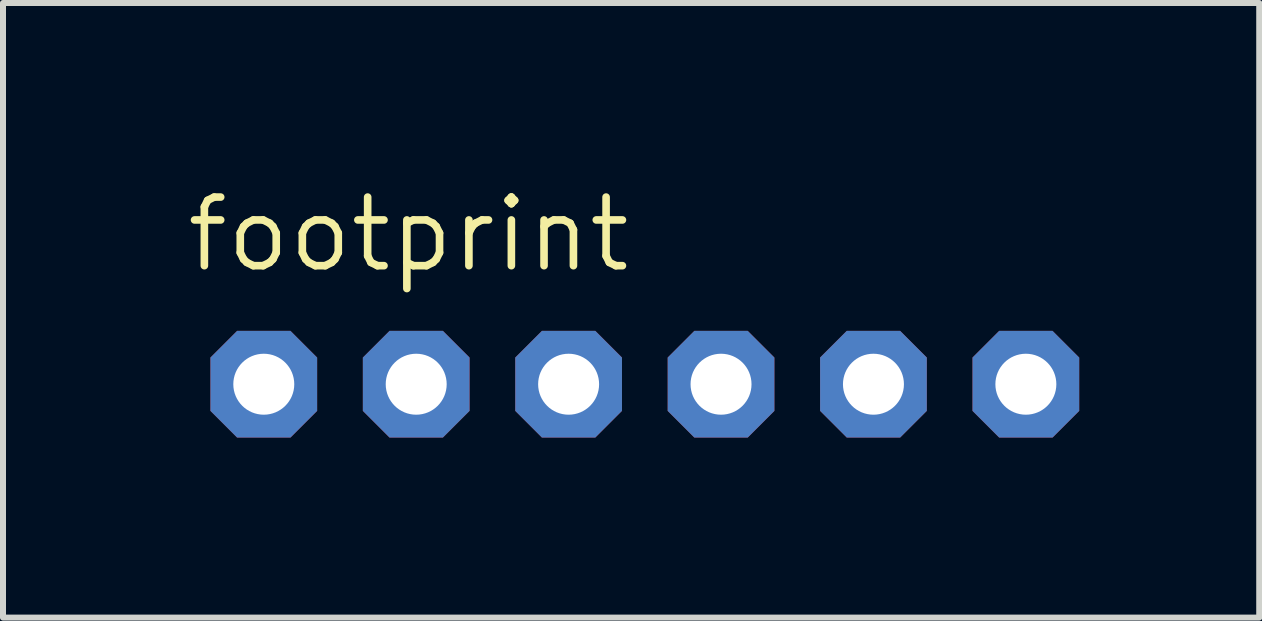
<source format=kicad_pcb>
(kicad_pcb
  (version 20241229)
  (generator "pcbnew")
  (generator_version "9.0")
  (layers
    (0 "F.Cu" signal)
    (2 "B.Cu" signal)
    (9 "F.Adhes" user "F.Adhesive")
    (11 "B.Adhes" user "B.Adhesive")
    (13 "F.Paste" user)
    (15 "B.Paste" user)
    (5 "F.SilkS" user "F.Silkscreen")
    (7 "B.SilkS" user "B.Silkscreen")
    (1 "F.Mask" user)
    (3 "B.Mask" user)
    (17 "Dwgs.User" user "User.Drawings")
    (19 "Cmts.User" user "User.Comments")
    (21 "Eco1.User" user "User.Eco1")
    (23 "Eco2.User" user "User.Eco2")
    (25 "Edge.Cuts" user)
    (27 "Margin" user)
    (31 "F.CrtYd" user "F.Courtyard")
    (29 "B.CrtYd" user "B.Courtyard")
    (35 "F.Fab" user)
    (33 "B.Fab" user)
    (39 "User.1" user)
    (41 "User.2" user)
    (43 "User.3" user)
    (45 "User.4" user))
  (footprint "footprint"
    (layer "F.Cu")
    (at 7.696 3.353)
    (property "Reference" "footprint" (at -7.696 -1.829 0) (layer "F.SilkS") (effects (font (size 1.143 1.143) (thickness 0.127)) (justify left bottom)))
    (fp_poly (pts (xy -6.604 0.254) (xy -6.096 0.254) (xy -6.096 -0.254) (xy -6.604 -0.254)) (stroke (width 0.1) (type solid)) (fill no) (layer "F.Fab"))
    (fp_poly (pts (xy -4.064 0.254) (xy -3.556 0.254) (xy -3.556 -0.254) (xy -4.064 -0.254)) (stroke (width 0.1) (type solid)) (fill no) (layer "F.Fab"))
    (fp_poly (pts (xy -1.524 0.254) (xy -1.016 0.254) (xy -1.016 -0.254) (xy -1.524 -0.254)) (stroke (width 0.1) (type solid)) (fill no) (layer "F.Fab"))
    (fp_poly (pts (xy 1.016 0.254) (xy 1.524 0.254) (xy 1.524 -0.254) (xy 1.016 -0.254)) (stroke (width 0.1) (type solid)) (fill no) (layer "F.Fab"))
    (fp_poly (pts (xy 3.556 0.254) (xy 4.064 0.254) (xy 4.064 -0.254) (xy 3.556 -0.254)) (stroke (width 0.1) (type solid)) (fill no) (layer "F.Fab"))
    (fp_poly (pts (xy 6.096 0.254) (xy 6.604 0.254) (xy 6.604 -0.254) (xy 6.096 -0.254)) (stroke (width 0.1) (type solid)) (fill no) (layer "F.Fab"))
    (pad "1" thru_hole roundrect (at -6.35 0 90) (size 1.778 1.778) (drill 1.016) (layers "*.Cu" "*.Mask") (roundrect_rratio 0.25) (chamfer_ratio 0.25) (chamfer top_left top_right bottom_left bottom_right))
    (pad "2" thru_hole roundrect (at -3.81 0 90) (size 1.778 1.778) (drill 1.016) (layers "*.Cu" "*.Mask") (roundrect_rratio 0.25) (chamfer_ratio 0.25) (chamfer top_left top_right bottom_left bottom_right))
    (pad "3" thru_hole roundrect (at -1.27 0 90) (size 1.778 1.778) (drill 1.016) (layers "*.Cu" "*.Mask") (roundrect_rratio 0.25) (chamfer_ratio 0.25) (chamfer top_left top_right bottom_left bottom_right))
    (pad "4" thru_hole roundrect (at 1.27 0 90) (size 1.778 1.778) (drill 1.016) (layers "*.Cu" "*.Mask") (roundrect_rratio 0.25) (chamfer_ratio 0.25) (chamfer top_left top_right bottom_left bottom_right))
    (pad "5" thru_hole roundrect (at 3.81 0 90) (size 1.778 1.778) (drill 1.016) (layers "*.Cu" "*.Mask") (roundrect_rratio 0.25) (chamfer_ratio 0.25) (chamfer top_left top_right bottom_left bottom_right))
    (pad "6" thru_hole roundrect (at 6.35 0 90) (size 1.778 1.778) (drill 1.016) (layers "*.Cu" "*.Mask") (roundrect_rratio 0.25) (chamfer_ratio 0.25) (chamfer top_left top_right bottom_left bottom_right)))
  (gr_rect
    (start -3 -3)
    (end 17.935 7.242)
    (stroke (width 0.1) (type default))
    (fill no)
    (layer "Edge.Cuts")))
</source>
